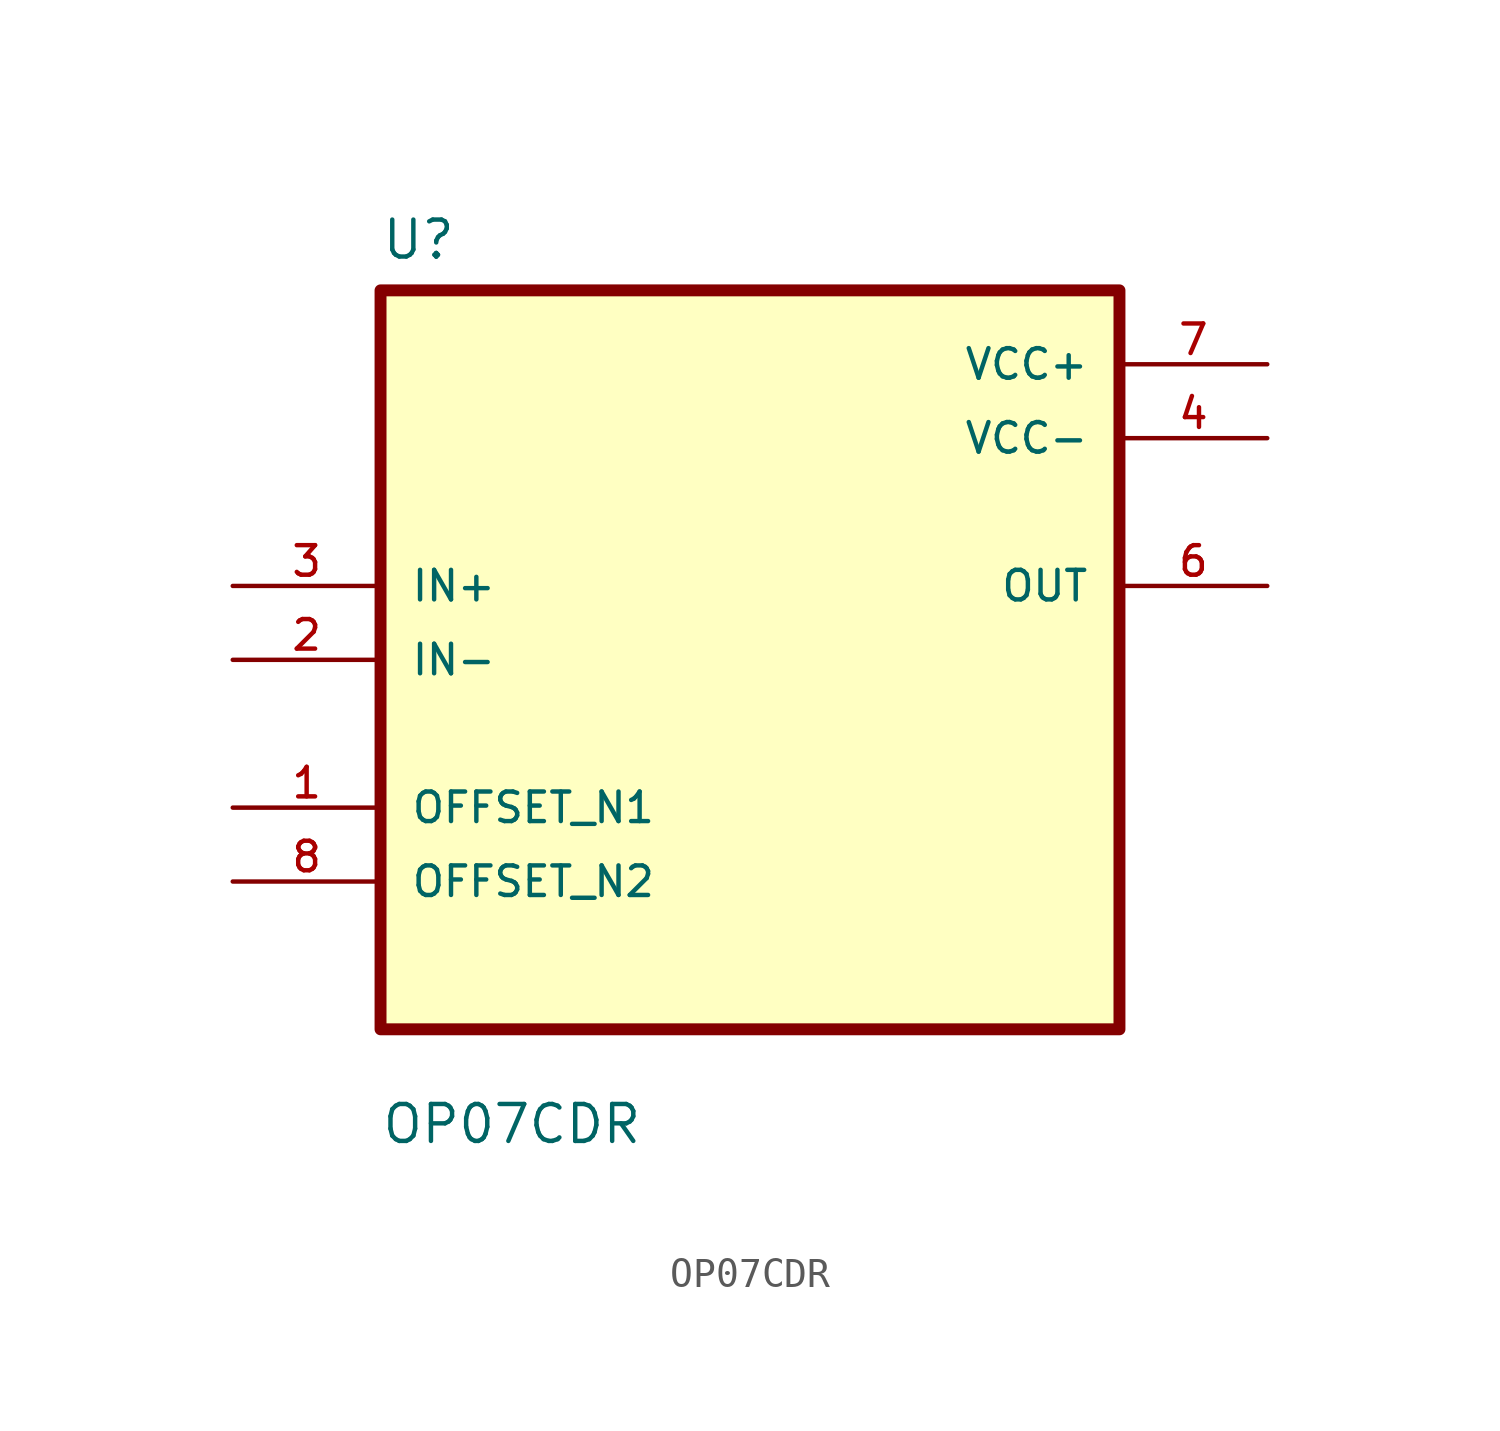
<source format=kicad_sym>
(kicad_symbol_lib
  (version 20211014)
  (generator kicad_symbol_editor)
  (symbol "OP07CDR"
    (pin_names
      (offset 1.016))
    (property "Reference" "U"
      (at -12.7 13.7 0.0)
      (effects (font (size 1.27 1.27)) (justify bottom left)))
    (property "Value" "OP07CDR"
      (at -12.7 -16.7 0.0)
      (effects (font (size 1.27 1.27)) (justify bottom left)))
    (symbol "OP07CDR_0_0"
      (rectangle (start -12.7 -12.7) (end 12.7 12.7) (stroke (width 0.41)) (fill (type background)))
      (pin input line (at -17.78 2.54 0) (length 5.08) (name "IN+" (effects (font (size 1.016 1.016)))) (number "3" (effects (font (size 1.016 1.016)))))
      (pin input line (at -17.78 -8.88178e-16 0) (length 5.08) (name "IN-" (effects (font (size 1.016 1.016)))) (number "2" (effects (font (size 1.016 1.016)))))
      (pin bidirectional line (at -17.78 -5.08 0) (length 5.08) (name "OFFSET_N1" (effects (font (size 1.016 1.016)))) (number "1" (effects (font (size 1.016 1.016)))))
      (pin bidirectional line (at -17.78 -7.62 0) (length 5.08) (name "OFFSET_N2" (effects (font (size 1.016 1.016)))) (number "8" (effects (font (size 1.016 1.016)))))
      (pin power_in line (at 17.78 10.16 180.0) (length 5.08) (name "VCC+" (effects (font (size 1.016 1.016)))) (number "7" (effects (font (size 1.016 1.016)))))
      (pin power_in line (at 17.78 7.62 180.0) (length 5.08) (name "VCC-" (effects (font (size 1.016 1.016)))) (number "4" (effects (font (size 1.016 1.016)))))
      (pin output line (at 17.78 2.54 180.0) (length 5.08) (name "OUT" (effects (font (size 1.016 1.016)))) (number "6" (effects (font (size 1.016 1.016))))))))
</source>
